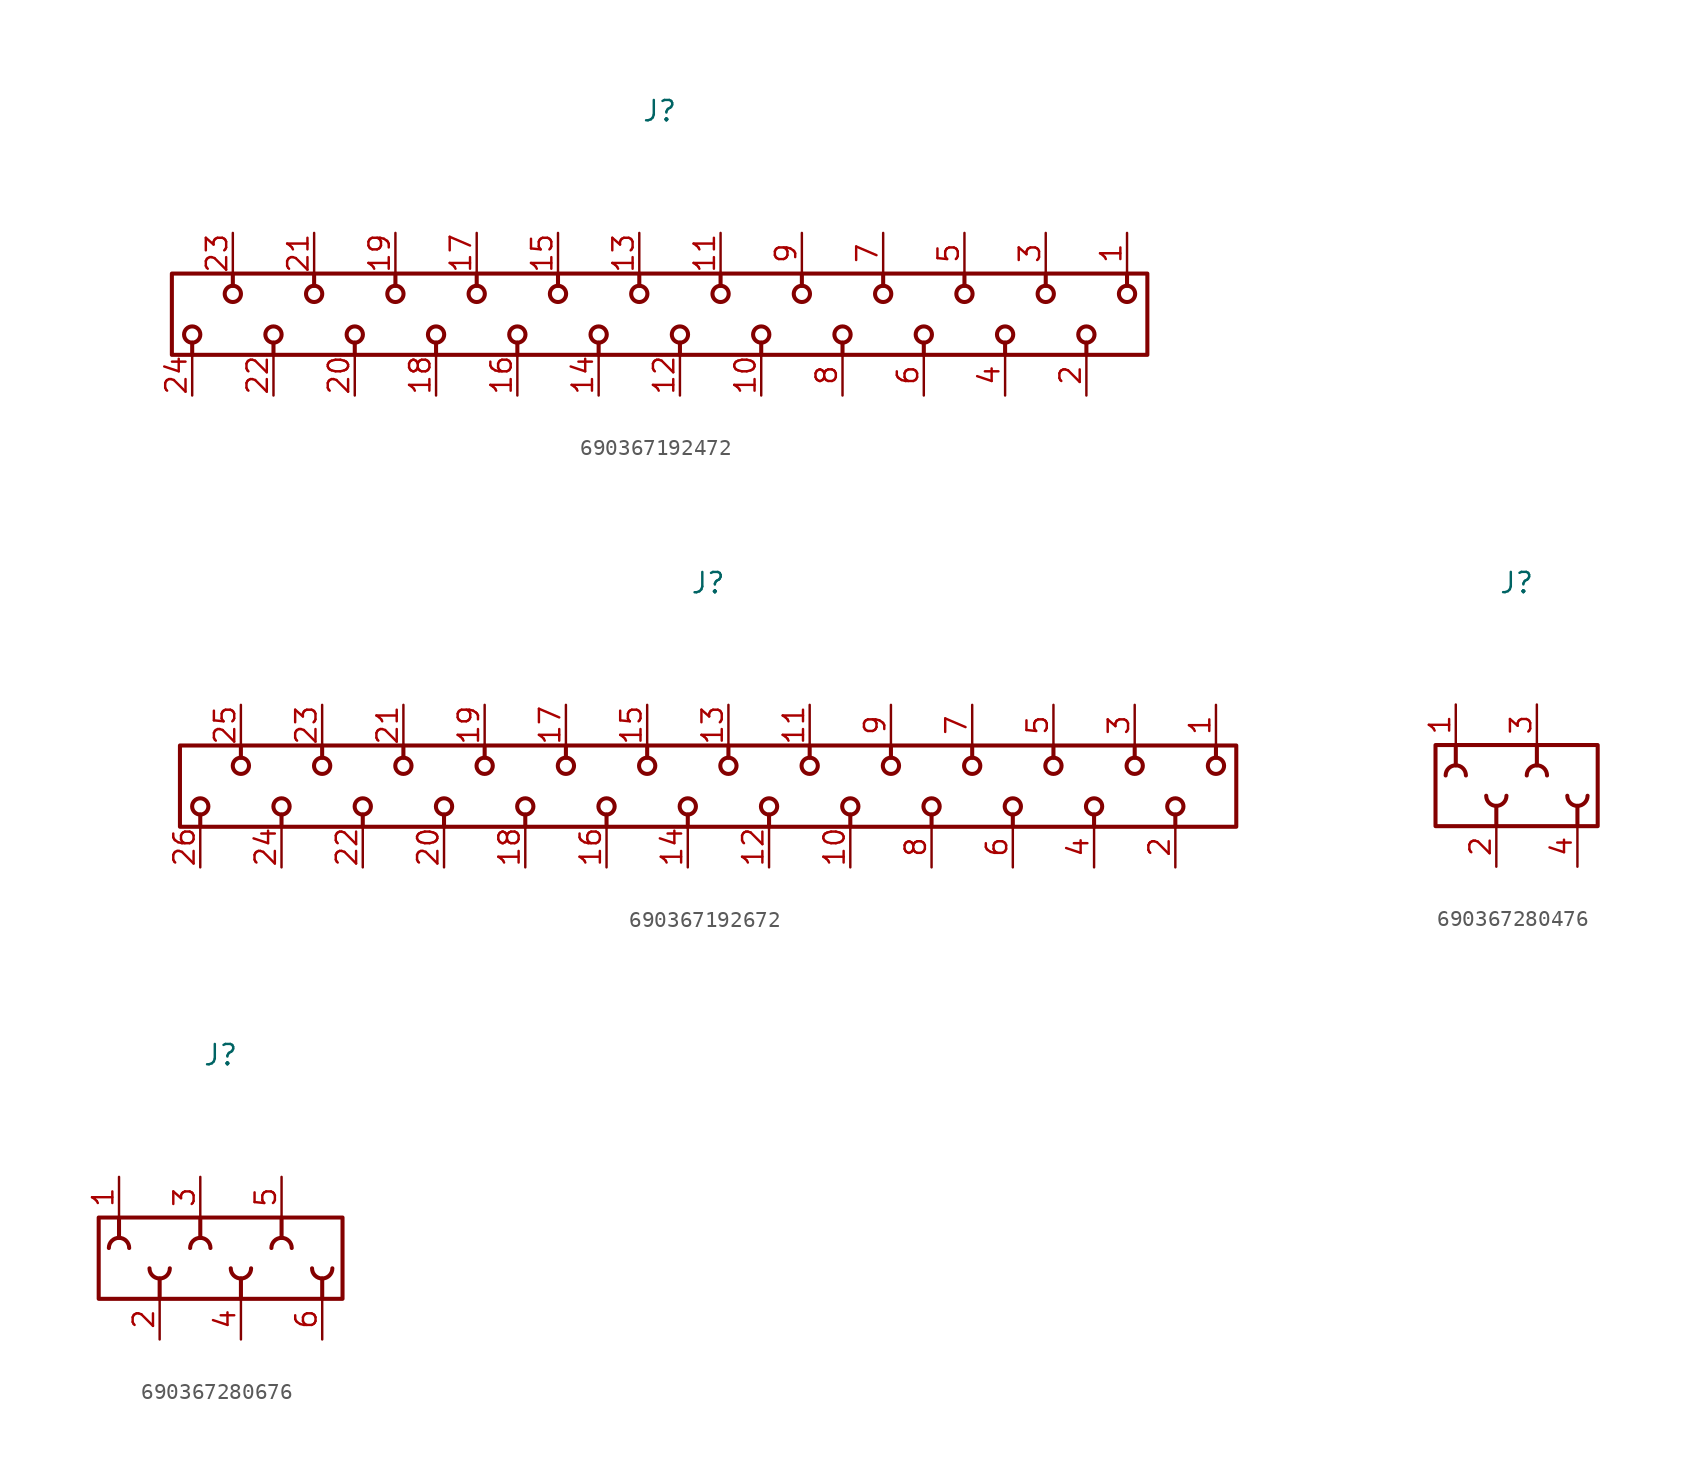
<source format=kicad_sym>
(kicad_symbol_lib
  (version 20241209)
  (generator "kicad_symbol_editor")
  (generator_version "9.0")
  (symbol "690367192472"
    (pin_names
      (hide yes))
    (property "Reference" "J"
      (at 0 12.7 0)
      (effects (font (size 1.27 1.27))))
    (symbol "690367192472_1_1"
      (rectangle (start -30.48 2.54) (end 30.48 -2.54) (stroke (width 0.254) (type solid)) (fill (type none)))
      (circle (center -29.21 -1.27) (radius 0.508) (stroke (width 0.254) (type solid)) (fill (type none)))
      (polyline (pts (xy -29.21 -1.778) (xy -29.21 -2.54)) (stroke (width 0.254) (type solid)) (fill (type none)))
      (polyline (pts (xy -26.67 1.778) (xy -26.67 2.54)) (stroke (width 0.254) (type solid)) (fill (type none)))
      (circle (center -26.67 1.27) (radius 0.508) (stroke (width 0.254) (type solid)) (fill (type none)))
      (circle (center -24.13 -1.27) (radius 0.508) (stroke (width 0.254) (type solid)) (fill (type none)))
      (polyline (pts (xy -24.13 -1.778) (xy -24.13 -2.54)) (stroke (width 0.254) (type solid)) (fill (type none)))
      (polyline (pts (xy -21.59 1.778) (xy -21.59 2.54)) (stroke (width 0.254) (type solid)) (fill (type none)))
      (circle (center -21.59 1.27) (radius 0.508) (stroke (width 0.254) (type solid)) (fill (type none)))
      (circle (center -19.05 -1.27) (radius 0.508) (stroke (width 0.254) (type solid)) (fill (type none)))
      (polyline (pts (xy -19.05 -1.778) (xy -19.05 -2.54)) (stroke (width 0.254) (type solid)) (fill (type none)))
      (polyline (pts (xy -16.51 1.778) (xy -16.51 2.54)) (stroke (width 0.254) (type solid)) (fill (type none)))
      (circle (center -16.51 1.27) (radius 0.508) (stroke (width 0.254) (type solid)) (fill (type none)))
      (circle (center -13.97 -1.27) (radius 0.508) (stroke (width 0.254) (type solid)) (fill (type none)))
      (polyline (pts (xy -13.97 -1.778) (xy -13.97 -2.54)) (stroke (width 0.254) (type solid)) (fill (type none)))
      (polyline (pts (xy -11.43 1.778) (xy -11.43 2.54)) (stroke (width 0.254) (type solid)) (fill (type none)))
      (circle (center -11.43 1.27) (radius 0.508) (stroke (width 0.254) (type solid)) (fill (type none)))
      (circle (center -8.89 -1.27) (radius 0.508) (stroke (width 0.254) (type solid)) (fill (type none)))
      (polyline (pts (xy -8.89 -1.778) (xy -8.89 -2.54)) (stroke (width 0.254) (type solid)) (fill (type none)))
      (polyline (pts (xy -6.35 1.778) (xy -6.35 2.54)) (stroke (width 0.254) (type solid)) (fill (type none)))
      (circle (center -6.35 1.27) (radius 0.508) (stroke (width 0.254) (type solid)) (fill (type none)))
      (circle (center -3.81 -1.27) (radius 0.508) (stroke (width 0.254) (type solid)) (fill (type none)))
      (polyline (pts (xy -3.81 -1.778) (xy -3.81 -2.54)) (stroke (width 0.254) (type solid)) (fill (type none)))
      (polyline (pts (xy -1.27 1.778) (xy -1.27 2.54)) (stroke (width 0.254) (type solid)) (fill (type none)))
      (circle (center -1.27 1.27) (radius 0.508) (stroke (width 0.254) (type solid)) (fill (type none)))
      (circle (center 1.27 -1.27) (radius 0.508) (stroke (width 0.254) (type solid)) (fill (type none)))
      (polyline (pts (xy 1.27 -1.778) (xy 1.27 -2.54)) (stroke (width 0.254) (type solid)) (fill (type none)))
      (polyline (pts (xy 3.81 1.778) (xy 3.81 2.54)) (stroke (width 0.254) (type solid)) (fill (type none)))
      (circle (center 3.81 1.27) (radius 0.508) (stroke (width 0.254) (type solid)) (fill (type none)))
      (circle (center 6.35 -1.27) (radius 0.508) (stroke (width 0.254) (type solid)) (fill (type none)))
      (polyline (pts (xy 6.35 -1.778) (xy 6.35 -2.54)) (stroke (width 0.254) (type solid)) (fill (type none)))
      (polyline (pts (xy 8.89 1.778) (xy 8.89 2.54)) (stroke (width 0.254) (type solid)) (fill (type none)))
      (circle (center 8.89 1.27) (radius 0.508) (stroke (width 0.254) (type solid)) (fill (type none)))
      (circle (center 11.43 -1.27) (radius 0.508) (stroke (width 0.254) (type solid)) (fill (type none)))
      (polyline (pts (xy 11.43 -1.778) (xy 11.43 -2.54)) (stroke (width 0.254) (type solid)) (fill (type none)))
      (polyline (pts (xy 13.97 1.778) (xy 13.97 2.54)) (stroke (width 0.254) (type solid)) (fill (type none)))
      (circle (center 13.97 1.27) (radius 0.508) (stroke (width 0.254) (type solid)) (fill (type none)))
      (circle (center 16.51 -1.27) (radius 0.508) (stroke (width 0.254) (type solid)) (fill (type none)))
      (polyline (pts (xy 16.51 -1.778) (xy 16.51 -2.54)) (stroke (width 0.254) (type solid)) (fill (type none)))
      (polyline (pts (xy 19.05 1.778) (xy 19.05 2.54)) (stroke (width 0.254) (type solid)) (fill (type none)))
      (circle (center 19.05 1.27) (radius 0.508) (stroke (width 0.254) (type solid)) (fill (type none)))
      (circle (center 21.59 -1.27) (radius 0.508) (stroke (width 0.254) (type solid)) (fill (type none)))
      (polyline (pts (xy 21.59 -1.778) (xy 21.59 -2.54)) (stroke (width 0.254) (type solid)) (fill (type none)))
      (polyline (pts (xy 24.13 1.778) (xy 24.13 2.54)) (stroke (width 0.254) (type solid)) (fill (type none)))
      (circle (center 24.13 1.27) (radius 0.508) (stroke (width 0.254) (type solid)) (fill (type none)))
      (circle (center 26.67 -1.27) (radius 0.508) (stroke (width 0.254) (type solid)) (fill (type none)))
      (polyline (pts (xy 26.67 -1.778) (xy 26.67 -2.54)) (stroke (width 0.254) (type solid)) (fill (type none)))
      (polyline (pts (xy 29.21 1.778) (xy 29.21 2.54)) (stroke (width 0.254) (type solid)) (fill (type none)))
      (circle (center 29.21 1.27) (radius 0.508) (stroke (width 0.254) (type solid)) (fill (type none)))
      (pin passive line (at -29.21 -5.08 90) (length 2.54) (name "24" (effects (font (size 1.27 1.27)))) (number "24" (effects (font (size 1.27 1.27)))))
      (pin passive line (at -26.67 5.08 270) (length 2.54) (name "23" (effects (font (size 1.27 1.27)))) (number "23" (effects (font (size 1.27 1.27)))))
      (pin passive line (at -24.13 -5.08 90) (length 2.54) (name "22" (effects (font (size 1.27 1.27)))) (number "22" (effects (font (size 1.27 1.27)))))
      (pin passive line (at -21.59 5.08 270) (length 2.54) (name "21" (effects (font (size 1.27 1.27)))) (number "21" (effects (font (size 1.27 1.27)))))
      (pin passive line (at -19.05 -5.08 90) (length 2.54) (name "20" (effects (font (size 1.27 1.27)))) (number "20" (effects (font (size 1.27 1.27)))))
      (pin passive line (at -16.51 5.08 270) (length 2.54) (name "19" (effects (font (size 1.27 1.27)))) (number "19" (effects (font (size 1.27 1.27)))))
      (pin passive line (at -13.97 -5.08 90) (length 2.54) (name "18" (effects (font (size 1.27 1.27)))) (number "18" (effects (font (size 1.27 1.27)))))
      (pin passive line (at -11.43 5.08 270) (length 2.54) (name "17" (effects (font (size 1.27 1.27)))) (number "17" (effects (font (size 1.27 1.27)))))
      (pin passive line (at -8.89 -5.08 90) (length 2.54) (name "16" (effects (font (size 1.27 1.27)))) (number "16" (effects (font (size 1.27 1.27)))))
      (pin passive line (at -6.35 5.08 270) (length 2.54) (name "15" (effects (font (size 1.27 1.27)))) (number "15" (effects (font (size 1.27 1.27)))))
      (pin passive line (at -3.81 -5.08 90) (length 2.54) (name "14" (effects (font (size 1.27 1.27)))) (number "14" (effects (font (size 1.27 1.27)))))
      (pin passive line (at -1.27 5.08 270) (length 2.54) (name "13" (effects (font (size 1.27 1.27)))) (number "13" (effects (font (size 1.27 1.27)))))
      (pin passive line (at 1.27 -5.08 90) (length 2.54) (name "12" (effects (font (size 1.27 1.27)))) (number "12" (effects (font (size 1.27 1.27)))))
      (pin passive line (at 3.81 5.08 270) (length 2.54) (name "11" (effects (font (size 1.27 1.27)))) (number "11" (effects (font (size 1.27 1.27)))))
      (pin passive line (at 6.35 -5.08 90) (length 2.54) (name "10" (effects (font (size 1.27 1.27)))) (number "10" (effects (font (size 1.27 1.27)))))
      (pin passive line (at 8.89 5.08 270) (length 2.54) (name "9" (effects (font (size 1.27 1.27)))) (number "9" (effects (font (size 1.27 1.27)))))
      (pin passive line (at 11.43 -5.08 90) (length 2.54) (name "8" (effects (font (size 1.27 1.27)))) (number "8" (effects (font (size 1.27 1.27)))))
      (pin passive line (at 13.97 5.08 270) (length 2.54) (name "7" (effects (font (size 1.27 1.27)))) (number "7" (effects (font (size 1.27 1.27)))))
      (pin passive line (at 16.51 -5.08 90) (length 2.54) (name "6" (effects (font (size 1.27 1.27)))) (number "6" (effects (font (size 1.27 1.27)))))
      (pin passive line (at 19.05 5.08 270) (length 2.54) (name "5" (effects (font (size 1.27 1.27)))) (number "5" (effects (font (size 1.27 1.27)))))
      (pin passive line (at 21.59 -5.08 90) (length 2.54) (name "4" (effects (font (size 1.27 1.27)))) (number "4" (effects (font (size 1.27 1.27)))))
      (pin passive line (at 24.13 5.08 270) (length 2.54) (name "3" (effects (font (size 1.27 1.27)))) (number "3" (effects (font (size 1.27 1.27)))))
      (pin passive line (at 26.67 -5.08 90) (length 2.54) (name "2" (effects (font (size 1.27 1.27)))) (number "2" (effects (font (size 1.27 1.27)))))
      (pin passive line (at 29.21 5.08 270) (length 2.54) (name "1" (effects (font (size 1.27 1.27)))) (number "1" (effects (font (size 1.27 1.27)))))))
  (symbol "690367192672"
    (pin_names
      (hide yes))
    (property "Reference" "J"
      (at 0 12.7 0)
      (effects (font (size 1.27 1.27))))
    (symbol "690367192672_1_1"
      (rectangle (start -33.02 2.54) (end 33.02 -2.54) (stroke (width 0.254) (type solid)) (fill (type none)))
      (circle (center -31.75 -1.27) (radius 0.508) (stroke (width 0.254) (type solid)) (fill (type none)))
      (polyline (pts (xy -31.75 -1.778) (xy -31.75 -2.54)) (stroke (width 0.254) (type solid)) (fill (type none)))
      (polyline (pts (xy -29.21 1.778) (xy -29.21 2.54)) (stroke (width 0.254) (type solid)) (fill (type none)))
      (circle (center -29.21 1.27) (radius 0.508) (stroke (width 0.254) (type solid)) (fill (type none)))
      (circle (center -26.67 -1.27) (radius 0.508) (stroke (width 0.254) (type solid)) (fill (type none)))
      (polyline (pts (xy -26.67 -1.778) (xy -26.67 -2.54)) (stroke (width 0.254) (type solid)) (fill (type none)))
      (polyline (pts (xy -24.13 1.778) (xy -24.13 2.54)) (stroke (width 0.254) (type solid)) (fill (type none)))
      (circle (center -24.13 1.27) (radius 0.508) (stroke (width 0.254) (type solid)) (fill (type none)))
      (circle (center -21.59 -1.27) (radius 0.508) (stroke (width 0.254) (type solid)) (fill (type none)))
      (polyline (pts (xy -21.59 -1.778) (xy -21.59 -2.54)) (stroke (width 0.254) (type solid)) (fill (type none)))
      (polyline (pts (xy -19.05 1.778) (xy -19.05 2.54)) (stroke (width 0.254) (type solid)) (fill (type none)))
      (circle (center -19.05 1.27) (radius 0.508) (stroke (width 0.254) (type solid)) (fill (type none)))
      (circle (center -16.51 -1.27) (radius 0.508) (stroke (width 0.254) (type solid)) (fill (type none)))
      (polyline (pts (xy -16.51 -1.778) (xy -16.51 -2.54)) (stroke (width 0.254) (type solid)) (fill (type none)))
      (polyline (pts (xy -13.97 1.778) (xy -13.97 2.54)) (stroke (width 0.254) (type solid)) (fill (type none)))
      (circle (center -13.97 1.27) (radius 0.508) (stroke (width 0.254) (type solid)) (fill (type none)))
      (circle (center -11.43 -1.27) (radius 0.508) (stroke (width 0.254) (type solid)) (fill (type none)))
      (polyline (pts (xy -11.43 -1.778) (xy -11.43 -2.54)) (stroke (width 0.254) (type solid)) (fill (type none)))
      (polyline (pts (xy -8.89 1.778) (xy -8.89 2.54)) (stroke (width 0.254) (type solid)) (fill (type none)))
      (circle (center -8.89 1.27) (radius 0.508) (stroke (width 0.254) (type solid)) (fill (type none)))
      (circle (center -6.35 -1.27) (radius 0.508) (stroke (width 0.254) (type solid)) (fill (type none)))
      (polyline (pts (xy -6.35 -1.778) (xy -6.35 -2.54)) (stroke (width 0.254) (type solid)) (fill (type none)))
      (polyline (pts (xy -3.81 1.778) (xy -3.81 2.54)) (stroke (width 0.254) (type solid)) (fill (type none)))
      (circle (center -3.81 1.27) (radius 0.508) (stroke (width 0.254) (type solid)) (fill (type none)))
      (circle (center -1.27 -1.27) (radius 0.508) (stroke (width 0.254) (type solid)) (fill (type none)))
      (polyline (pts (xy -1.27 -1.778) (xy -1.27 -2.54)) (stroke (width 0.254) (type solid)) (fill (type none)))
      (polyline (pts (xy 1.27 1.778) (xy 1.27 2.54)) (stroke (width 0.254) (type solid)) (fill (type none)))
      (circle (center 1.27 1.27) (radius 0.508) (stroke (width 0.254) (type solid)) (fill (type none)))
      (circle (center 3.81 -1.27) (radius 0.508) (stroke (width 0.254) (type solid)) (fill (type none)))
      (polyline (pts (xy 3.81 -1.778) (xy 3.81 -2.54)) (stroke (width 0.254) (type solid)) (fill (type none)))
      (polyline (pts (xy 6.35 1.778) (xy 6.35 2.54)) (stroke (width 0.254) (type solid)) (fill (type none)))
      (circle (center 6.35 1.27) (radius 0.508) (stroke (width 0.254) (type solid)) (fill (type none)))
      (circle (center 8.89 -1.27) (radius 0.508) (stroke (width 0.254) (type solid)) (fill (type none)))
      (polyline (pts (xy 8.89 -1.778) (xy 8.89 -2.54)) (stroke (width 0.254) (type solid)) (fill (type none)))
      (polyline (pts (xy 11.43 1.778) (xy 11.43 2.54)) (stroke (width 0.254) (type solid)) (fill (type none)))
      (circle (center 11.43 1.27) (radius 0.508) (stroke (width 0.254) (type solid)) (fill (type none)))
      (circle (center 13.97 -1.27) (radius 0.508) (stroke (width 0.254) (type solid)) (fill (type none)))
      (polyline (pts (xy 13.97 -1.778) (xy 13.97 -2.54)) (stroke (width 0.254) (type solid)) (fill (type none)))
      (polyline (pts (xy 16.51 1.778) (xy 16.51 2.54)) (stroke (width 0.254) (type solid)) (fill (type none)))
      (circle (center 16.51 1.27) (radius 0.508) (stroke (width 0.254) (type solid)) (fill (type none)))
      (circle (center 19.05 -1.27) (radius 0.508) (stroke (width 0.254) (type solid)) (fill (type none)))
      (polyline (pts (xy 19.05 -1.778) (xy 19.05 -2.54)) (stroke (width 0.254) (type solid)) (fill (type none)))
      (polyline (pts (xy 21.59 1.778) (xy 21.59 2.54)) (stroke (width 0.254) (type solid)) (fill (type none)))
      (circle (center 21.59 1.27) (radius 0.508) (stroke (width 0.254) (type solid)) (fill (type none)))
      (circle (center 24.13 -1.27) (radius 0.508) (stroke (width 0.254) (type solid)) (fill (type none)))
      (polyline (pts (xy 24.13 -1.778) (xy 24.13 -2.54)) (stroke (width 0.254) (type solid)) (fill (type none)))
      (polyline (pts (xy 26.67 1.778) (xy 26.67 2.54)) (stroke (width 0.254) (type solid)) (fill (type none)))
      (circle (center 26.67 1.27) (radius 0.508) (stroke (width 0.254) (type solid)) (fill (type none)))
      (circle (center 29.21 -1.27) (radius 0.508) (stroke (width 0.254) (type solid)) (fill (type none)))
      (polyline (pts (xy 29.21 -1.778) (xy 29.21 -2.54)) (stroke (width 0.254) (type solid)) (fill (type none)))
      (polyline (pts (xy 31.75 1.778) (xy 31.75 2.54)) (stroke (width 0.254) (type solid)) (fill (type none)))
      (circle (center 31.75 1.27) (radius 0.508) (stroke (width 0.254) (type solid)) (fill (type none)))
      (pin passive line (at -31.75 -5.08 90) (length 2.54) (name "26" (effects (font (size 1.27 1.27)))) (number "26" (effects (font (size 1.27 1.27)))))
      (pin passive line (at -29.21 5.08 270) (length 2.54) (name "25" (effects (font (size 1.27 1.27)))) (number "25" (effects (font (size 1.27 1.27)))))
      (pin passive line (at -26.67 -5.08 90) (length 2.54) (name "24" (effects (font (size 1.27 1.27)))) (number "24" (effects (font (size 1.27 1.27)))))
      (pin passive line (at -24.13 5.08 270) (length 2.54) (name "23" (effects (font (size 1.27 1.27)))) (number "23" (effects (font (size 1.27 1.27)))))
      (pin passive line (at -21.59 -5.08 90) (length 2.54) (name "22" (effects (font (size 1.27 1.27)))) (number "22" (effects (font (size 1.27 1.27)))))
      (pin passive line (at -19.05 5.08 270) (length 2.54) (name "21" (effects (font (size 1.27 1.27)))) (number "21" (effects (font (size 1.27 1.27)))))
      (pin passive line (at -16.51 -5.08 90) (length 2.54) (name "20" (effects (font (size 1.27 1.27)))) (number "20" (effects (font (size 1.27 1.27)))))
      (pin passive line (at -13.97 5.08 270) (length 2.54) (name "19" (effects (font (size 1.27 1.27)))) (number "19" (effects (font (size 1.27 1.27)))))
      (pin passive line (at -11.43 -5.08 90) (length 2.54) (name "18" (effects (font (size 1.27 1.27)))) (number "18" (effects (font (size 1.27 1.27)))))
      (pin passive line (at -8.89 5.08 270) (length 2.54) (name "17" (effects (font (size 1.27 1.27)))) (number "17" (effects (font (size 1.27 1.27)))))
      (pin passive line (at -6.35 -5.08 90) (length 2.54) (name "16" (effects (font (size 1.27 1.27)))) (number "16" (effects (font (size 1.27 1.27)))))
      (pin passive line (at -3.81 5.08 270) (length 2.54) (name "15" (effects (font (size 1.27 1.27)))) (number "15" (effects (font (size 1.27 1.27)))))
      (pin passive line (at -1.27 -5.08 90) (length 2.54) (name "14" (effects (font (size 1.27 1.27)))) (number "14" (effects (font (size 1.27 1.27)))))
      (pin passive line (at 1.27 5.08 270) (length 2.54) (name "13" (effects (font (size 1.27 1.27)))) (number "13" (effects (font (size 1.27 1.27)))))
      (pin passive line (at 3.81 -5.08 90) (length 2.54) (name "12" (effects (font (size 1.27 1.27)))) (number "12" (effects (font (size 1.27 1.27)))))
      (pin passive line (at 6.35 5.08 270) (length 2.54) (name "11" (effects (font (size 1.27 1.27)))) (number "11" (effects (font (size 1.27 1.27)))))
      (pin passive line (at 8.89 -5.08 90) (length 2.54) (name "10" (effects (font (size 1.27 1.27)))) (number "10" (effects (font (size 1.27 1.27)))))
      (pin passive line (at 11.43 5.08 270) (length 2.54) (name "9" (effects (font (size 1.27 1.27)))) (number "9" (effects (font (size 1.27 1.27)))))
      (pin passive line (at 13.97 -5.08 90) (length 2.54) (name "8" (effects (font (size 1.27 1.27)))) (number "8" (effects (font (size 1.27 1.27)))))
      (pin passive line (at 16.51 5.08 270) (length 2.54) (name "7" (effects (font (size 1.27 1.27)))) (number "7" (effects (font (size 1.27 1.27)))))
      (pin passive line (at 19.05 -5.08 90) (length 2.54) (name "6" (effects (font (size 1.27 1.27)))) (number "6" (effects (font (size 1.27 1.27)))))
      (pin passive line (at 21.59 5.08 270) (length 2.54) (name "5" (effects (font (size 1.27 1.27)))) (number "5" (effects (font (size 1.27 1.27)))))
      (pin passive line (at 24.13 -5.08 90) (length 2.54) (name "4" (effects (font (size 1.27 1.27)))) (number "4" (effects (font (size 1.27 1.27)))))
      (pin passive line (at 26.67 5.08 270) (length 2.54) (name "3" (effects (font (size 1.27 1.27)))) (number "3" (effects (font (size 1.27 1.27)))))
      (pin passive line (at 29.21 -5.08 90) (length 2.54) (name "2" (effects (font (size 1.27 1.27)))) (number "2" (effects (font (size 1.27 1.27)))))
      (pin passive line (at 31.75 5.08 270) (length 2.54) (name "1" (effects (font (size 1.27 1.27)))) (number "1" (effects (font (size 1.27 1.27)))))))
  (symbol "690367280476"
    (pin_names
      (hide yes))
    (property "Reference" "J"
      (at 0 12.7 0)
      (effects (font (size 1.27 1.27))))
    (symbol "690367280476_1_1"
      (polyline (pts (xy -3.81 1.27) (xy -3.81 2.54)) (stroke (width 0.254) (type solid)) (fill (type none)))
      (arc (start -4.445 0.635) (mid -3.81 1.27) (end -3.175 0.635) (stroke (width 0.254) (type solid)) (fill (type none)))
      (arc (start -0.635 -0.635) (mid -1.27 -1.27) (end -1.905 -0.635) (stroke (width 0.254) (type solid)) (fill (type none)))
      (polyline (pts (xy -1.27 -1.27) (xy -1.27 -2.54)) (stroke (width 0.254) (type solid)) (fill (type none)))
      (polyline (pts (xy 1.27 1.27) (xy 1.27 2.54)) (stroke (width 0.254) (type solid)) (fill (type none)))
      (arc (start 0.635 0.635) (mid 1.27 1.27) (end 1.905 0.635) (stroke (width 0.254) (type solid)) (fill (type none)))
      (arc (start 4.445 -0.635) (mid 3.81 -1.27) (end 3.175 -0.635) (stroke (width 0.254) (type solid)) (fill (type none)))
      (polyline (pts (xy 3.81 -1.27) (xy 3.81 -2.54)) (stroke (width 0.254) (type solid)) (fill (type none)))
      (rectangle (start 5.08 2.54) (end -5.08 -2.54) (stroke (width 0.254) (type solid)) (fill (type none)))
      (pin passive line (at -3.81 5.08 270) (length 2.54) (name "1" (effects (font (size 1.27 1.27)))) (number "1" (effects (font (size 1.27 1.27)))))
      (pin passive line (at -1.27 -5.08 90) (length 2.54) (name "2" (effects (font (size 1.27 1.27)))) (number "2" (effects (font (size 1.27 1.27)))))
      (pin passive line (at 1.27 5.08 270) (length 2.54) (name "3" (effects (font (size 1.27 1.27)))) (number "3" (effects (font (size 1.27 1.27)))))
      (pin passive line (at 3.81 -5.08 90) (length 2.54) (name "4" (effects (font (size 1.27 1.27)))) (number "4" (effects (font (size 1.27 1.27)))))))
  (symbol "690367280676"
    (pin_names
      (hide yes))
    (property "Reference" "J"
      (at 0 12.7 0)
      (effects (font (size 1.27 1.27))))
    (symbol "690367280676_1_1"
      (rectangle (start -7.62 2.54) (end 7.62 -2.54) (stroke (width 0.254) (type solid)) (fill (type none)))
      (polyline (pts (xy -6.35 1.27) (xy -6.35 2.54)) (stroke (width 0.254) (type solid)) (fill (type none)))
      (arc (start -6.985 0.635) (mid -6.35 1.27) (end -5.715 0.635) (stroke (width 0.254) (type solid)) (fill (type none)))
      (arc (start -3.175 -0.635) (mid -3.81 -1.27) (end -4.445 -0.635) (stroke (width 0.254) (type solid)) (fill (type none)))
      (polyline (pts (xy -3.81 -1.27) (xy -3.81 -2.54)) (stroke (width 0.254) (type solid)) (fill (type none)))
      (polyline (pts (xy -1.27 1.27) (xy -1.27 2.54)) (stroke (width 0.254) (type solid)) (fill (type none)))
      (arc (start -1.905 0.635) (mid -1.27 1.27) (end -0.635 0.635) (stroke (width 0.254) (type solid)) (fill (type none)))
      (arc (start 1.905 -0.635) (mid 1.27 -1.27) (end 0.635 -0.635) (stroke (width 0.254) (type solid)) (fill (type none)))
      (polyline (pts (xy 1.27 -1.27) (xy 1.27 -2.54)) (stroke (width 0.254) (type solid)) (fill (type none)))
      (polyline (pts (xy 3.81 1.27) (xy 3.81 2.54)) (stroke (width 0.254) (type solid)) (fill (type none)))
      (arc (start 3.175 0.635) (mid 3.81 1.27) (end 4.445 0.635) (stroke (width 0.254) (type solid)) (fill (type none)))
      (arc (start 6.985 -0.635) (mid 6.35 -1.27) (end 5.715 -0.635) (stroke (width 0.254) (type solid)) (fill (type none)))
      (polyline (pts (xy 6.35 -1.27) (xy 6.35 -2.54)) (stroke (width 0.254) (type solid)) (fill (type none)))
      (pin passive line (at -6.35 5.08 270) (length 2.54) (name "1" (effects (font (size 1.27 1.27)))) (number "1" (effects (font (size 1.27 1.27)))))
      (pin passive line (at -3.81 -5.08 90) (length 2.54) (name "2" (effects (font (size 1.27 1.27)))) (number "2" (effects (font (size 1.27 1.27)))))
      (pin passive line (at -1.27 5.08 270) (length 2.54) (name "3" (effects (font (size 1.27 1.27)))) (number "3" (effects (font (size 1.27 1.27)))))
      (pin passive line (at 1.27 -5.08 90) (length 2.54) (name "4" (effects (font (size 1.27 1.27)))) (number "4" (effects (font (size 1.27 1.27)))))
      (pin passive line (at 3.81 5.08 270) (length 2.54) (name "5" (effects (font (size 1.27 1.27)))) (number "5" (effects (font (size 1.27 1.27)))))
      (pin passive line (at 6.35 -5.08 90) (length 2.54) (name "6" (effects (font (size 1.27 1.27)))) (number "6" (effects (font (size 1.27 1.27))))))))
</source>
